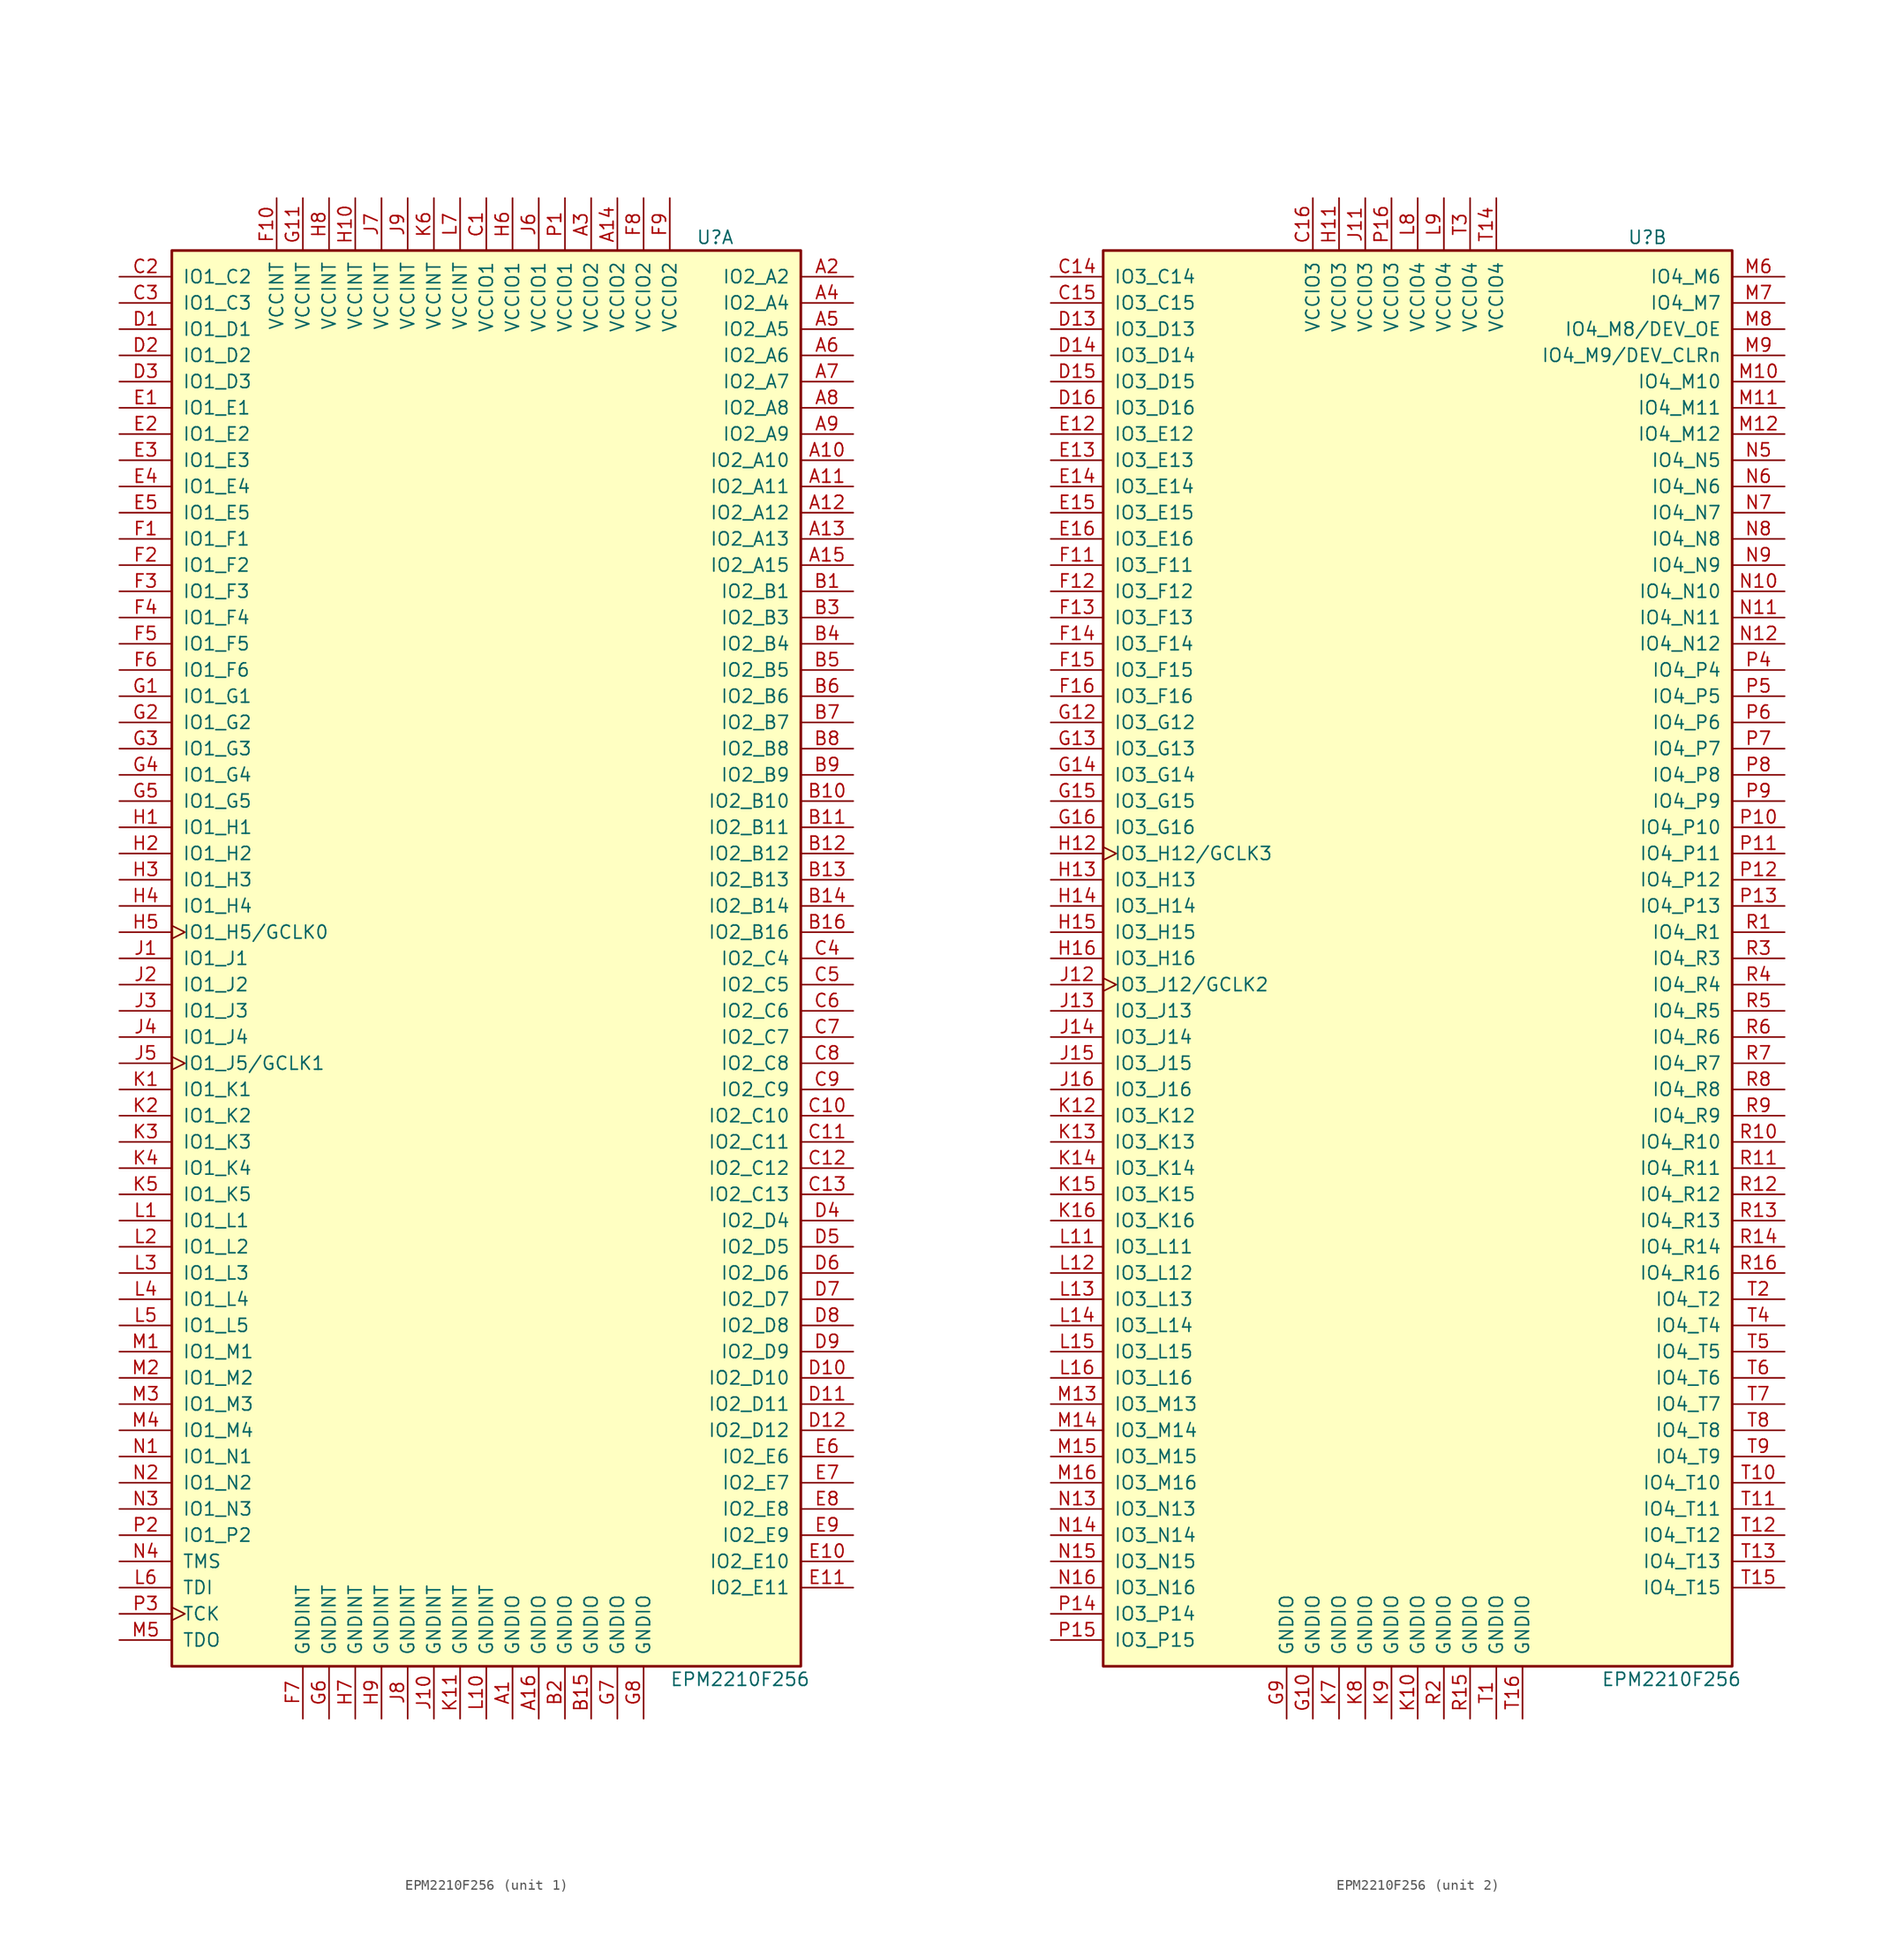
<source format=kicad_sym>
(kicad_symbol_lib
  (version 20201005)
  (generator kicad_symbol_editor)
  (symbol "CPLD_Altera:EPM2210F256"
    (pin_names
      (offset 1.016))
    (property "Reference" "U"
      (at 20.32 69.85 0)
      (effects (font (size 1.27 1.27)) (justify left)))
    (property "Value" "EPM2210F256"
      (at 17.78 -69.85 0)
      (effects (font (size 1.27 1.27)) (justify left)))
    (property "ki_locked" ""
      (at 0 0 0)
      (effects (font (size 1.27 1.27))))
    (symbol "EPM2210F256_1_1"
      (rectangle (start -30.48 68.58) (end 30.48 -68.58) (stroke (width 0.254)) (fill (type background)))
      (pin bidirectional line (at 35.56 66.04 180) (length 5.08) (name "IO2_A2" (effects (font (size 1.27 1.27)))) (number "A2" (effects (font (size 1.27 1.27)))))
      (pin bidirectional line (at 35.56 63.5 180) (length 5.08) (name "IO2_A4" (effects (font (size 1.27 1.27)))) (number "A4" (effects (font (size 1.27 1.27)))))
      (pin bidirectional line (at 35.56 60.96 180) (length 5.08) (name "IO2_A5" (effects (font (size 1.27 1.27)))) (number "A5" (effects (font (size 1.27 1.27)))))
      (pin bidirectional line (at 35.56 58.42 180) (length 5.08) (name "IO2_A6" (effects (font (size 1.27 1.27)))) (number "A6" (effects (font (size 1.27 1.27)))))
      (pin bidirectional line (at 35.56 55.88 180) (length 5.08) (name "IO2_A7" (effects (font (size 1.27 1.27)))) (number "A7" (effects (font (size 1.27 1.27)))))
      (pin bidirectional line (at 35.56 53.34 180) (length 5.08) (name "IO2_A8" (effects (font (size 1.27 1.27)))) (number "A8" (effects (font (size 1.27 1.27)))))
      (pin bidirectional line (at 35.56 50.8 180) (length 5.08) (name "IO2_A9" (effects (font (size 1.27 1.27)))) (number "A9" (effects (font (size 1.27 1.27)))))
      (pin bidirectional line (at 35.56 48.26 180) (length 5.08) (name "IO2_A10" (effects (font (size 1.27 1.27)))) (number "A10" (effects (font (size 1.27 1.27)))))
      (pin bidirectional line (at 35.56 45.72 180) (length 5.08) (name "IO2_A11" (effects (font (size 1.27 1.27)))) (number "A11" (effects (font (size 1.27 1.27)))))
      (pin bidirectional line (at 35.56 43.18 180) (length 5.08) (name "IO2_A12" (effects (font (size 1.27 1.27)))) (number "A12" (effects (font (size 1.27 1.27)))))
      (pin bidirectional line (at 35.56 40.64 180) (length 5.08) (name "IO2_A13" (effects (font (size 1.27 1.27)))) (number "A13" (effects (font (size 1.27 1.27)))))
      (pin bidirectional line (at 35.56 38.1 180) (length 5.08) (name "IO2_A15" (effects (font (size 1.27 1.27)))) (number "A15" (effects (font (size 1.27 1.27)))))
      (pin bidirectional line (at 35.56 35.56 180) (length 5.08) (name "IO2_B1" (effects (font (size 1.27 1.27)))) (number "B1" (effects (font (size 1.27 1.27)))))
      (pin bidirectional line (at 35.56 33.02 180) (length 5.08) (name "IO2_B3" (effects (font (size 1.27 1.27)))) (number "B3" (effects (font (size 1.27 1.27)))))
      (pin bidirectional line (at 35.56 30.48 180) (length 5.08) (name "IO2_B4" (effects (font (size 1.27 1.27)))) (number "B4" (effects (font (size 1.27 1.27)))))
      (pin bidirectional line (at 35.56 27.94 180) (length 5.08) (name "IO2_B5" (effects (font (size 1.27 1.27)))) (number "B5" (effects (font (size 1.27 1.27)))))
      (pin bidirectional line (at 35.56 25.4 180) (length 5.08) (name "IO2_B6" (effects (font (size 1.27 1.27)))) (number "B6" (effects (font (size 1.27 1.27)))))
      (pin bidirectional line (at 35.56 22.86 180) (length 5.08) (name "IO2_B7" (effects (font (size 1.27 1.27)))) (number "B7" (effects (font (size 1.27 1.27)))))
      (pin bidirectional line (at 35.56 20.32 180) (length 5.08) (name "IO2_B8" (effects (font (size 1.27 1.27)))) (number "B8" (effects (font (size 1.27 1.27)))))
      (pin bidirectional line (at 35.56 17.78 180) (length 5.08) (name "IO2_B9" (effects (font (size 1.27 1.27)))) (number "B9" (effects (font (size 1.27 1.27)))))
      (pin bidirectional line (at 35.56 15.24 180) (length 5.08) (name "IO2_B10" (effects (font (size 1.27 1.27)))) (number "B10" (effects (font (size 1.27 1.27)))))
      (pin bidirectional line (at 35.56 12.7 180) (length 5.08) (name "IO2_B11" (effects (font (size 1.27 1.27)))) (number "B11" (effects (font (size 1.27 1.27)))))
      (pin bidirectional line (at 35.56 10.16 180) (length 5.08) (name "IO2_B12" (effects (font (size 1.27 1.27)))) (number "B12" (effects (font (size 1.27 1.27)))))
      (pin bidirectional line (at 35.56 7.62 180) (length 5.08) (name "IO2_B13" (effects (font (size 1.27 1.27)))) (number "B13" (effects (font (size 1.27 1.27)))))
      (pin bidirectional line (at 35.56 5.08 180) (length 5.08) (name "IO2_B14" (effects (font (size 1.27 1.27)))) (number "B14" (effects (font (size 1.27 1.27)))))
      (pin bidirectional line (at 35.56 2.54 180) (length 5.08) (name "IO2_B16" (effects (font (size 1.27 1.27)))) (number "B16" (effects (font (size 1.27 1.27)))))
      (pin bidirectional line (at -35.56 66.04 0) (length 5.08) (name "IO1_C2" (effects (font (size 1.27 1.27)))) (number "C2" (effects (font (size 1.27 1.27)))))
      (pin bidirectional line (at -35.56 63.5 0) (length 5.08) (name "IO1_C3" (effects (font (size 1.27 1.27)))) (number "C3" (effects (font (size 1.27 1.27)))))
      (pin bidirectional line (at 35.56 0 180) (length 5.08) (name "IO2_C4" (effects (font (size 1.27 1.27)))) (number "C4" (effects (font (size 1.27 1.27)))))
      (pin bidirectional line (at 35.56 -2.54 180) (length 5.08) (name "IO2_C5" (effects (font (size 1.27 1.27)))) (number "C5" (effects (font (size 1.27 1.27)))))
      (pin bidirectional line (at 35.56 -5.08 180) (length 5.08) (name "IO2_C6" (effects (font (size 1.27 1.27)))) (number "C6" (effects (font (size 1.27 1.27)))))
      (pin bidirectional line (at 35.56 -7.62 180) (length 5.08) (name "IO2_C7" (effects (font (size 1.27 1.27)))) (number "C7" (effects (font (size 1.27 1.27)))))
      (pin bidirectional line (at 35.56 -10.16 180) (length 5.08) (name "IO2_C8" (effects (font (size 1.27 1.27)))) (number "C8" (effects (font (size 1.27 1.27)))))
      (pin bidirectional line (at 35.56 -12.7 180) (length 5.08) (name "IO2_C9" (effects (font (size 1.27 1.27)))) (number "C9" (effects (font (size 1.27 1.27)))))
      (pin bidirectional line (at 35.56 -15.24 180) (length 5.08) (name "IO2_C10" (effects (font (size 1.27 1.27)))) (number "C10" (effects (font (size 1.27 1.27)))))
      (pin bidirectional line (at 35.56 -17.78 180) (length 5.08) (name "IO2_C11" (effects (font (size 1.27 1.27)))) (number "C11" (effects (font (size 1.27 1.27)))))
      (pin bidirectional line (at 35.56 -20.32 180) (length 5.08) (name "IO2_C12" (effects (font (size 1.27 1.27)))) (number "C12" (effects (font (size 1.27 1.27)))))
      (pin bidirectional line (at 35.56 -22.86 180) (length 5.08) (name "IO2_C13" (effects (font (size 1.27 1.27)))) (number "C13" (effects (font (size 1.27 1.27)))))
      (pin bidirectional line (at -35.56 60.96 0) (length 5.08) (name "IO1_D1" (effects (font (size 1.27 1.27)))) (number "D1" (effects (font (size 1.27 1.27)))))
      (pin bidirectional line (at -35.56 58.42 0) (length 5.08) (name "IO1_D2" (effects (font (size 1.27 1.27)))) (number "D2" (effects (font (size 1.27 1.27)))))
      (pin bidirectional line (at -35.56 55.88 0) (length 5.08) (name "IO1_D3" (effects (font (size 1.27 1.27)))) (number "D3" (effects (font (size 1.27 1.27)))))
      (pin bidirectional line (at 35.56 -25.4 180) (length 5.08) (name "IO2_D4" (effects (font (size 1.27 1.27)))) (number "D4" (effects (font (size 1.27 1.27)))))
      (pin bidirectional line (at 35.56 -27.94 180) (length 5.08) (name "IO2_D5" (effects (font (size 1.27 1.27)))) (number "D5" (effects (font (size 1.27 1.27)))))
      (pin bidirectional line (at 35.56 -30.48 180) (length 5.08) (name "IO2_D6" (effects (font (size 1.27 1.27)))) (number "D6" (effects (font (size 1.27 1.27)))))
      (pin bidirectional line (at 35.56 -33.02 180) (length 5.08) (name "IO2_D7" (effects (font (size 1.27 1.27)))) (number "D7" (effects (font (size 1.27 1.27)))))
      (pin bidirectional line (at 35.56 -35.56 180) (length 5.08) (name "IO2_D8" (effects (font (size 1.27 1.27)))) (number "D8" (effects (font (size 1.27 1.27)))))
      (pin bidirectional line (at 35.56 -38.1 180) (length 5.08) (name "IO2_D9" (effects (font (size 1.27 1.27)))) (number "D9" (effects (font (size 1.27 1.27)))))
      (pin bidirectional line (at 35.56 -40.64 180) (length 5.08) (name "IO2_D10" (effects (font (size 1.27 1.27)))) (number "D10" (effects (font (size 1.27 1.27)))))
      (pin bidirectional line (at 35.56 -43.18 180) (length 5.08) (name "IO2_D11" (effects (font (size 1.27 1.27)))) (number "D11" (effects (font (size 1.27 1.27)))))
      (pin bidirectional line (at 35.56 -45.72 180) (length 5.08) (name "IO2_D12" (effects (font (size 1.27 1.27)))) (number "D12" (effects (font (size 1.27 1.27)))))
      (pin bidirectional line (at -35.56 53.34 0) (length 5.08) (name "IO1_E1" (effects (font (size 1.27 1.27)))) (number "E1" (effects (font (size 1.27 1.27)))))
      (pin bidirectional line (at -35.56 50.8 0) (length 5.08) (name "IO1_E2" (effects (font (size 1.27 1.27)))) (number "E2" (effects (font (size 1.27 1.27)))))
      (pin bidirectional line (at -35.56 48.26 0) (length 5.08) (name "IO1_E3" (effects (font (size 1.27 1.27)))) (number "E3" (effects (font (size 1.27 1.27)))))
      (pin bidirectional line (at -35.56 45.72 0) (length 5.08) (name "IO1_E4" (effects (font (size 1.27 1.27)))) (number "E4" (effects (font (size 1.27 1.27)))))
      (pin bidirectional line (at -35.56 43.18 0) (length 5.08) (name "IO1_E5" (effects (font (size 1.27 1.27)))) (number "E5" (effects (font (size 1.27 1.27)))))
      (pin bidirectional line (at 35.56 -48.26 180) (length 5.08) (name "IO2_E6" (effects (font (size 1.27 1.27)))) (number "E6" (effects (font (size 1.27 1.27)))))
      (pin bidirectional line (at 35.56 -50.8 180) (length 5.08) (name "IO2_E7" (effects (font (size 1.27 1.27)))) (number "E7" (effects (font (size 1.27 1.27)))))
      (pin bidirectional line (at 35.56 -53.34 180) (length 5.08) (name "IO2_E8" (effects (font (size 1.27 1.27)))) (number "E8" (effects (font (size 1.27 1.27)))))
      (pin bidirectional line (at 35.56 -55.88 180) (length 5.08) (name "IO2_E9" (effects (font (size 1.27 1.27)))) (number "E9" (effects (font (size 1.27 1.27)))))
      (pin bidirectional line (at 35.56 -58.42 180) (length 5.08) (name "IO2_E10" (effects (font (size 1.27 1.27)))) (number "E10" (effects (font (size 1.27 1.27)))))
      (pin bidirectional line (at 35.56 -60.96 180) (length 5.08) (name "IO2_E11" (effects (font (size 1.27 1.27)))) (number "E11" (effects (font (size 1.27 1.27)))))
      (pin bidirectional line (at -35.56 40.64 0) (length 5.08) (name "IO1_F1" (effects (font (size 1.27 1.27)))) (number "F1" (effects (font (size 1.27 1.27)))))
      (pin bidirectional line (at -35.56 38.1 0) (length 5.08) (name "IO1_F2" (effects (font (size 1.27 1.27)))) (number "F2" (effects (font (size 1.27 1.27)))))
      (pin bidirectional line (at -35.56 35.56 0) (length 5.08) (name "IO1_F3" (effects (font (size 1.27 1.27)))) (number "F3" (effects (font (size 1.27 1.27)))))
      (pin bidirectional line (at -35.56 33.02 0) (length 5.08) (name "IO1_F4" (effects (font (size 1.27 1.27)))) (number "F4" (effects (font (size 1.27 1.27)))))
      (pin bidirectional line (at -35.56 30.48 0) (length 5.08) (name "IO1_F5" (effects (font (size 1.27 1.27)))) (number "F5" (effects (font (size 1.27 1.27)))))
      (pin bidirectional line (at -35.56 27.94 0) (length 5.08) (name "IO1_F6" (effects (font (size 1.27 1.27)))) (number "F6" (effects (font (size 1.27 1.27)))))
      (pin bidirectional line (at -35.56 25.4 0) (length 5.08) (name "IO1_G1" (effects (font (size 1.27 1.27)))) (number "G1" (effects (font (size 1.27 1.27)))))
      (pin bidirectional line (at -35.56 22.86 0) (length 5.08) (name "IO1_G2" (effects (font (size 1.27 1.27)))) (number "G2" (effects (font (size 1.27 1.27)))))
      (pin bidirectional line (at -35.56 20.32 0) (length 5.08) (name "IO1_G3" (effects (font (size 1.27 1.27)))) (number "G3" (effects (font (size 1.27 1.27)))))
      (pin bidirectional line (at -35.56 17.78 0) (length 5.08) (name "IO1_G4" (effects (font (size 1.27 1.27)))) (number "G4" (effects (font (size 1.27 1.27)))))
      (pin bidirectional line (at -35.56 15.24 0) (length 5.08) (name "IO1_G5" (effects (font (size 1.27 1.27)))) (number "G5" (effects (font (size 1.27 1.27)))))
      (pin bidirectional line (at -35.56 12.7 0) (length 5.08) (name "IO1_H1" (effects (font (size 1.27 1.27)))) (number "H1" (effects (font (size 1.27 1.27)))))
      (pin bidirectional line (at -35.56 10.16 0) (length 5.08) (name "IO1_H2" (effects (font (size 1.27 1.27)))) (number "H2" (effects (font (size 1.27 1.27)))))
      (pin bidirectional line (at -35.56 7.62 0) (length 5.08) (name "IO1_H3" (effects (font (size 1.27 1.27)))) (number "H3" (effects (font (size 1.27 1.27)))))
      (pin bidirectional line (at -35.56 5.08 0) (length 5.08) (name "IO1_H4" (effects (font (size 1.27 1.27)))) (number "H4" (effects (font (size 1.27 1.27)))))
      (pin bidirectional clock (at -35.56 2.54 0) (length 5.08) (name "IO1_H5/GCLK0" (effects (font (size 1.27 1.27)))) (number "H5" (effects (font (size 1.27 1.27)))))
      (pin bidirectional line (at -35.56 0 0) (length 5.08) (name "IO1_J1" (effects (font (size 1.27 1.27)))) (number "J1" (effects (font (size 1.27 1.27)))))
      (pin bidirectional line (at -35.56 -2.54 0) (length 5.08) (name "IO1_J2" (effects (font (size 1.27 1.27)))) (number "J2" (effects (font (size 1.27 1.27)))))
      (pin bidirectional line (at -35.56 -5.08 0) (length 5.08) (name "IO1_J3" (effects (font (size 1.27 1.27)))) (number "J3" (effects (font (size 1.27 1.27)))))
      (pin bidirectional line (at -35.56 -7.62 0) (length 5.08) (name "IO1_J4" (effects (font (size 1.27 1.27)))) (number "J4" (effects (font (size 1.27 1.27)))))
      (pin bidirectional clock (at -35.56 -10.16 0) (length 5.08) (name "IO1_J5/GCLK1" (effects (font (size 1.27 1.27)))) (number "J5" (effects (font (size 1.27 1.27)))))
      (pin bidirectional line (at -35.56 -12.7 0) (length 5.08) (name "IO1_K1" (effects (font (size 1.27 1.27)))) (number "K1" (effects (font (size 1.27 1.27)))))
      (pin bidirectional line (at -35.56 -15.24 0) (length 5.08) (name "IO1_K2" (effects (font (size 1.27 1.27)))) (number "K2" (effects (font (size 1.27 1.27)))))
      (pin bidirectional line (at -35.56 -17.78 0) (length 5.08) (name "IO1_K3" (effects (font (size 1.27 1.27)))) (number "K3" (effects (font (size 1.27 1.27)))))
      (pin bidirectional line (at -35.56 -20.32 0) (length 5.08) (name "IO1_K4" (effects (font (size 1.27 1.27)))) (number "K4" (effects (font (size 1.27 1.27)))))
      (pin bidirectional line (at -35.56 -22.86 0) (length 5.08) (name "IO1_K5" (effects (font (size 1.27 1.27)))) (number "K5" (effects (font (size 1.27 1.27)))))
      (pin bidirectional line (at -35.56 -25.4 0) (length 5.08) (name "IO1_L1" (effects (font (size 1.27 1.27)))) (number "L1" (effects (font (size 1.27 1.27)))))
      (pin bidirectional line (at -35.56 -27.94 0) (length 5.08) (name "IO1_L2" (effects (font (size 1.27 1.27)))) (number "L2" (effects (font (size 1.27 1.27)))))
      (pin bidirectional line (at -35.56 -30.48 0) (length 5.08) (name "IO1_L3" (effects (font (size 1.27 1.27)))) (number "L3" (effects (font (size 1.27 1.27)))))
      (pin bidirectional line (at -35.56 -33.02 0) (length 5.08) (name "IO1_L4" (effects (font (size 1.27 1.27)))) (number "L4" (effects (font (size 1.27 1.27)))))
      (pin bidirectional line (at -35.56 -35.56 0) (length 5.08) (name "IO1_L5" (effects (font (size 1.27 1.27)))) (number "L5" (effects (font (size 1.27 1.27)))))
      (pin bidirectional line (at -35.56 -38.1 0) (length 5.08) (name "IO1_M1" (effects (font (size 1.27 1.27)))) (number "M1" (effects (font (size 1.27 1.27)))))
      (pin bidirectional line (at -35.56 -40.64 0) (length 5.08) (name "IO1_M2" (effects (font (size 1.27 1.27)))) (number "M2" (effects (font (size 1.27 1.27)))))
      (pin bidirectional line (at -35.56 -43.18 0) (length 5.08) (name "IO1_M3" (effects (font (size 1.27 1.27)))) (number "M3" (effects (font (size 1.27 1.27)))))
      (pin bidirectional line (at -35.56 -45.72 0) (length 5.08) (name "IO1_M4" (effects (font (size 1.27 1.27)))) (number "M4" (effects (font (size 1.27 1.27)))))
      (pin bidirectional line (at -35.56 -48.26 0) (length 5.08) (name "IO1_N1" (effects (font (size 1.27 1.27)))) (number "N1" (effects (font (size 1.27 1.27)))))
      (pin bidirectional line (at -35.56 -50.8 0) (length 5.08) (name "IO1_N2" (effects (font (size 1.27 1.27)))) (number "N2" (effects (font (size 1.27 1.27)))))
      (pin bidirectional line (at -35.56 -53.34 0) (length 5.08) (name "IO1_N3" (effects (font (size 1.27 1.27)))) (number "N3" (effects (font (size 1.27 1.27)))))
      (pin bidirectional line (at -35.56 -55.88 0) (length 5.08) (name "IO1_P2" (effects (font (size 1.27 1.27)))) (number "P2" (effects (font (size 1.27 1.27)))))
      (pin input line (at -35.56 -58.42 0) (length 5.08) (name "TMS" (effects (font (size 1.27 1.27)))) (number "N4" (effects (font (size 1.27 1.27)))))
      (pin input line (at -35.56 -60.96 0) (length 5.08) (name "TDI" (effects (font (size 1.27 1.27)))) (number "L6" (effects (font (size 1.27 1.27)))))
      (pin input clock (at -35.56 -63.5 0) (length 5.08) (name "TCK" (effects (font (size 1.27 1.27)))) (number "P3" (effects (font (size 1.27 1.27)))))
      (pin output line (at -35.56 -66.04 0) (length 5.08) (name "TDO" (effects (font (size 1.27 1.27)))) (number "M5" (effects (font (size 1.27 1.27)))))
      (pin power_in line (at -17.78 -73.66 90) (length 5.08) (name "GNDINT" (effects (font (size 1.27 1.27)))) (number "F7" (effects (font (size 1.27 1.27)))))
      (pin power_in line (at -15.24 -73.66 90) (length 5.08) (name "GNDINT" (effects (font (size 1.27 1.27)))) (number "G6" (effects (font (size 1.27 1.27)))))
      (pin power_in line (at -12.7 -73.66 90) (length 5.08) (name "GNDINT" (effects (font (size 1.27 1.27)))) (number "H7" (effects (font (size 1.27 1.27)))))
      (pin power_in line (at -10.16 -73.66 90) (length 5.08) (name "GNDINT" (effects (font (size 1.27 1.27)))) (number "H9" (effects (font (size 1.27 1.27)))))
      (pin power_in line (at -7.62 -73.66 90) (length 5.08) (name "GNDINT" (effects (font (size 1.27 1.27)))) (number "J8" (effects (font (size 1.27 1.27)))))
      (pin power_in line (at -5.08 -73.66 90) (length 5.08) (name "GNDINT" (effects (font (size 1.27 1.27)))) (number "J10" (effects (font (size 1.27 1.27)))))
      (pin power_in line (at -2.54 -73.66 90) (length 5.08) (name "GNDINT" (effects (font (size 1.27 1.27)))) (number "K11" (effects (font (size 1.27 1.27)))))
      (pin power_in line (at 0 -73.66 90) (length 5.08) (name "GNDINT" (effects (font (size 1.27 1.27)))) (number "L10" (effects (font (size 1.27 1.27)))))
      (pin power_in line (at 2.54 -73.66 90) (length 5.08) (name "GNDIO" (effects (font (size 1.27 1.27)))) (number "A1" (effects (font (size 1.27 1.27)))))
      (pin power_in line (at 5.08 -73.66 90) (length 5.08) (name "GNDIO" (effects (font (size 1.27 1.27)))) (number "A16" (effects (font (size 1.27 1.27)))))
      (pin power_in line (at 7.62 -73.66 90) (length 5.08) (name "GNDIO" (effects (font (size 1.27 1.27)))) (number "B2" (effects (font (size 1.27 1.27)))))
      (pin power_in line (at 10.16 -73.66 90) (length 5.08) (name "GNDIO" (effects (font (size 1.27 1.27)))) (number "B15" (effects (font (size 1.27 1.27)))))
      (pin power_in line (at 12.7 -73.66 90) (length 5.08) (name "GNDIO" (effects (font (size 1.27 1.27)))) (number "G7" (effects (font (size 1.27 1.27)))))
      (pin power_in line (at 15.24 -73.66 90) (length 5.08) (name "GNDIO" (effects (font (size 1.27 1.27)))) (number "G8" (effects (font (size 1.27 1.27)))))
      (pin power_in line (at -20.32 73.66 270) (length 5.08) (name "VCCINT" (effects (font (size 1.27 1.27)))) (number "F10" (effects (font (size 1.27 1.27)))))
      (pin power_in line (at -17.78 73.66 270) (length 5.08) (name "VCCINT" (effects (font (size 1.27 1.27)))) (number "G11" (effects (font (size 1.27 1.27)))))
      (pin power_in line (at -15.24 73.66 270) (length 5.08) (name "VCCINT" (effects (font (size 1.27 1.27)))) (number "H8" (effects (font (size 1.27 1.27)))))
      (pin power_in line (at -12.7 73.66 270) (length 5.08) (name "VCCINT" (effects (font (size 1.27 1.27)))) (number "H10" (effects (font (size 1.27 1.27)))))
      (pin power_in line (at -10.16 73.66 270) (length 5.08) (name "VCCINT" (effects (font (size 1.27 1.27)))) (number "J7" (effects (font (size 1.27 1.27)))))
      (pin power_in line (at -7.62 73.66 270) (length 5.08) (name "VCCINT" (effects (font (size 1.27 1.27)))) (number "J9" (effects (font (size 1.27 1.27)))))
      (pin power_in line (at -5.08 73.66 270) (length 5.08) (name "VCCINT" (effects (font (size 1.27 1.27)))) (number "K6" (effects (font (size 1.27 1.27)))))
      (pin power_in line (at -2.54 73.66 270) (length 5.08) (name "VCCINT" (effects (font (size 1.27 1.27)))) (number "L7" (effects (font (size 1.27 1.27)))))
      (pin power_in line (at 0 73.66 270) (length 5.08) (name "VCCIO1" (effects (font (size 1.27 1.27)))) (number "C1" (effects (font (size 1.27 1.27)))))
      (pin power_in line (at 2.54 73.66 270) (length 5.08) (name "VCCIO1" (effects (font (size 1.27 1.27)))) (number "H6" (effects (font (size 1.27 1.27)))))
      (pin power_in line (at 5.08 73.66 270) (length 5.08) (name "VCCIO1" (effects (font (size 1.27 1.27)))) (number "J6" (effects (font (size 1.27 1.27)))))
      (pin power_in line (at 7.62 73.66 270) (length 5.08) (name "VCCIO1" (effects (font (size 1.27 1.27)))) (number "P1" (effects (font (size 1.27 1.27)))))
      (pin power_in line (at 10.16 73.66 270) (length 5.08) (name "VCCIO2" (effects (font (size 1.27 1.27)))) (number "A3" (effects (font (size 1.27 1.27)))))
      (pin power_in line (at 12.7 73.66 270) (length 5.08) (name "VCCIO2" (effects (font (size 1.27 1.27)))) (number "A14" (effects (font (size 1.27 1.27)))))
      (pin power_in line (at 15.24 73.66 270) (length 5.08) (name "VCCIO2" (effects (font (size 1.27 1.27)))) (number "F8" (effects (font (size 1.27 1.27)))))
      (pin power_in line (at 17.78 73.66 270) (length 5.08) (name "VCCIO2" (effects (font (size 1.27 1.27)))) (number "F9" (effects (font (size 1.27 1.27))))))
    (symbol "EPM2210F256_2_1"
      (rectangle (start -30.48 68.58) (end 30.48 -68.58) (stroke (width 0.254)) (fill (type background)))
      (pin bidirectional line (at -35.56 66.04 0) (length 5.08) (name "IO3_C14" (effects (font (size 1.27 1.27)))) (number "C14" (effects (font (size 1.27 1.27)))))
      (pin bidirectional line (at -35.56 63.5 0) (length 5.08) (name "IO3_C15" (effects (font (size 1.27 1.27)))) (number "C15" (effects (font (size 1.27 1.27)))))
      (pin bidirectional line (at -35.56 60.96 0) (length 5.08) (name "IO3_D13" (effects (font (size 1.27 1.27)))) (number "D13" (effects (font (size 1.27 1.27)))))
      (pin bidirectional line (at -35.56 58.42 0) (length 5.08) (name "IO3_D14" (effects (font (size 1.27 1.27)))) (number "D14" (effects (font (size 1.27 1.27)))))
      (pin bidirectional line (at -35.56 55.88 0) (length 5.08) (name "IO3_D15" (effects (font (size 1.27 1.27)))) (number "D15" (effects (font (size 1.27 1.27)))))
      (pin bidirectional line (at -35.56 53.34 0) (length 5.08) (name "IO3_D16" (effects (font (size 1.27 1.27)))) (number "D16" (effects (font (size 1.27 1.27)))))
      (pin bidirectional line (at -35.56 50.8 0) (length 5.08) (name "IO3_E12" (effects (font (size 1.27 1.27)))) (number "E12" (effects (font (size 1.27 1.27)))))
      (pin bidirectional line (at -35.56 48.26 0) (length 5.08) (name "IO3_E13" (effects (font (size 1.27 1.27)))) (number "E13" (effects (font (size 1.27 1.27)))))
      (pin bidirectional line (at -35.56 45.72 0) (length 5.08) (name "IO3_E14" (effects (font (size 1.27 1.27)))) (number "E14" (effects (font (size 1.27 1.27)))))
      (pin bidirectional line (at -35.56 43.18 0) (length 5.08) (name "IO3_E15" (effects (font (size 1.27 1.27)))) (number "E15" (effects (font (size 1.27 1.27)))))
      (pin bidirectional line (at -35.56 40.64 0) (length 5.08) (name "IO3_E16" (effects (font (size 1.27 1.27)))) (number "E16" (effects (font (size 1.27 1.27)))))
      (pin bidirectional line (at -35.56 38.1 0) (length 5.08) (name "IO3_F11" (effects (font (size 1.27 1.27)))) (number "F11" (effects (font (size 1.27 1.27)))))
      (pin bidirectional line (at -35.56 35.56 0) (length 5.08) (name "IO3_F12" (effects (font (size 1.27 1.27)))) (number "F12" (effects (font (size 1.27 1.27)))))
      (pin bidirectional line (at -35.56 33.02 0) (length 5.08) (name "IO3_F13" (effects (font (size 1.27 1.27)))) (number "F13" (effects (font (size 1.27 1.27)))))
      (pin bidirectional line (at -35.56 30.48 0) (length 5.08) (name "IO3_F14" (effects (font (size 1.27 1.27)))) (number "F14" (effects (font (size 1.27 1.27)))))
      (pin bidirectional line (at -35.56 27.94 0) (length 5.08) (name "IO3_F15" (effects (font (size 1.27 1.27)))) (number "F15" (effects (font (size 1.27 1.27)))))
      (pin bidirectional line (at -35.56 25.4 0) (length 5.08) (name "IO3_F16" (effects (font (size 1.27 1.27)))) (number "F16" (effects (font (size 1.27 1.27)))))
      (pin bidirectional line (at -35.56 22.86 0) (length 5.08) (name "IO3_G12" (effects (font (size 1.27 1.27)))) (number "G12" (effects (font (size 1.27 1.27)))))
      (pin bidirectional line (at -35.56 20.32 0) (length 5.08) (name "IO3_G13" (effects (font (size 1.27 1.27)))) (number "G13" (effects (font (size 1.27 1.27)))))
      (pin bidirectional line (at -35.56 17.78 0) (length 5.08) (name "IO3_G14" (effects (font (size 1.27 1.27)))) (number "G14" (effects (font (size 1.27 1.27)))))
      (pin bidirectional line (at -35.56 15.24 0) (length 5.08) (name "IO3_G15" (effects (font (size 1.27 1.27)))) (number "G15" (effects (font (size 1.27 1.27)))))
      (pin bidirectional line (at -35.56 12.7 0) (length 5.08) (name "IO3_G16" (effects (font (size 1.27 1.27)))) (number "G16" (effects (font (size 1.27 1.27)))))
      (pin bidirectional clock (at -35.56 10.16 0) (length 5.08) (name "IO3_H12/GCLK3" (effects (font (size 1.27 1.27)))) (number "H12" (effects (font (size 1.27 1.27)))))
      (pin bidirectional line (at -35.56 7.62 0) (length 5.08) (name "IO3_H13" (effects (font (size 1.27 1.27)))) (number "H13" (effects (font (size 1.27 1.27)))))
      (pin bidirectional line (at -35.56 5.08 0) (length 5.08) (name "IO3_H14" (effects (font (size 1.27 1.27)))) (number "H14" (effects (font (size 1.27 1.27)))))
      (pin bidirectional line (at -35.56 2.54 0) (length 5.08) (name "IO3_H15" (effects (font (size 1.27 1.27)))) (number "H15" (effects (font (size 1.27 1.27)))))
      (pin bidirectional line (at -35.56 0 0) (length 5.08) (name "IO3_H16" (effects (font (size 1.27 1.27)))) (number "H16" (effects (font (size 1.27 1.27)))))
      (pin bidirectional clock (at -35.56 -2.54 0) (length 5.08) (name "IO3_J12/GCLK2" (effects (font (size 1.27 1.27)))) (number "J12" (effects (font (size 1.27 1.27)))))
      (pin bidirectional line (at -35.56 -5.08 0) (length 5.08) (name "IO3_J13" (effects (font (size 1.27 1.27)))) (number "J13" (effects (font (size 1.27 1.27)))))
      (pin bidirectional line (at -35.56 -7.62 0) (length 5.08) (name "IO3_J14" (effects (font (size 1.27 1.27)))) (number "J14" (effects (font (size 1.27 1.27)))))
      (pin bidirectional line (at -35.56 -10.16 0) (length 5.08) (name "IO3_J15" (effects (font (size 1.27 1.27)))) (number "J15" (effects (font (size 1.27 1.27)))))
      (pin bidirectional line (at -35.56 -12.7 0) (length 5.08) (name "IO3_J16" (effects (font (size 1.27 1.27)))) (number "J16" (effects (font (size 1.27 1.27)))))
      (pin bidirectional line (at -35.56 -15.24 0) (length 5.08) (name "IO3_K12" (effects (font (size 1.27 1.27)))) (number "K12" (effects (font (size 1.27 1.27)))))
      (pin bidirectional line (at -35.56 -17.78 0) (length 5.08) (name "IO3_K13" (effects (font (size 1.27 1.27)))) (number "K13" (effects (font (size 1.27 1.27)))))
      (pin bidirectional line (at -35.56 -20.32 0) (length 5.08) (name "IO3_K14" (effects (font (size 1.27 1.27)))) (number "K14" (effects (font (size 1.27 1.27)))))
      (pin bidirectional line (at -35.56 -22.86 0) (length 5.08) (name "IO3_K15" (effects (font (size 1.27 1.27)))) (number "K15" (effects (font (size 1.27 1.27)))))
      (pin bidirectional line (at -35.56 -25.4 0) (length 5.08) (name "IO3_K16" (effects (font (size 1.27 1.27)))) (number "K16" (effects (font (size 1.27 1.27)))))
      (pin bidirectional line (at -35.56 -27.94 0) (length 5.08) (name "IO3_L11" (effects (font (size 1.27 1.27)))) (number "L11" (effects (font (size 1.27 1.27)))))
      (pin bidirectional line (at -35.56 -30.48 0) (length 5.08) (name "IO3_L12" (effects (font (size 1.27 1.27)))) (number "L12" (effects (font (size 1.27 1.27)))))
      (pin bidirectional line (at -35.56 -33.02 0) (length 5.08) (name "IO3_L13" (effects (font (size 1.27 1.27)))) (number "L13" (effects (font (size 1.27 1.27)))))
      (pin bidirectional line (at -35.56 -35.56 0) (length 5.08) (name "IO3_L14" (effects (font (size 1.27 1.27)))) (number "L14" (effects (font (size 1.27 1.27)))))
      (pin bidirectional line (at -35.56 -38.1 0) (length 5.08) (name "IO3_L15" (effects (font (size 1.27 1.27)))) (number "L15" (effects (font (size 1.27 1.27)))))
      (pin bidirectional line (at -35.56 -40.64 0) (length 5.08) (name "IO3_L16" (effects (font (size 1.27 1.27)))) (number "L16" (effects (font (size 1.27 1.27)))))
      (pin bidirectional line (at 35.56 66.04 180) (length 5.08) (name "IO4_M6" (effects (font (size 1.27 1.27)))) (number "M6" (effects (font (size 1.27 1.27)))))
      (pin bidirectional line (at 35.56 63.5 180) (length 5.08) (name "IO4_M7" (effects (font (size 1.27 1.27)))) (number "M7" (effects (font (size 1.27 1.27)))))
      (pin bidirectional line (at 35.56 60.96 180) (length 5.08) (name "IO4_M8/DEV_OE" (effects (font (size 1.27 1.27)))) (number "M8" (effects (font (size 1.27 1.27)))))
      (pin bidirectional line (at 35.56 58.42 180) (length 5.08) (name "IO4_M9/DEV_CLRn" (effects (font (size 1.27 1.27)))) (number "M9" (effects (font (size 1.27 1.27)))))
      (pin bidirectional line (at 35.56 55.88 180) (length 5.08) (name "IO4_M10" (effects (font (size 1.27 1.27)))) (number "M10" (effects (font (size 1.27 1.27)))))
      (pin bidirectional line (at 35.56 53.34 180) (length 5.08) (name "IO4_M11" (effects (font (size 1.27 1.27)))) (number "M11" (effects (font (size 1.27 1.27)))))
      (pin bidirectional line (at 35.56 50.8 180) (length 5.08) (name "IO4_M12" (effects (font (size 1.27 1.27)))) (number "M12" (effects (font (size 1.27 1.27)))))
      (pin bidirectional line (at -35.56 -43.18 0) (length 5.08) (name "IO3_M13" (effects (font (size 1.27 1.27)))) (number "M13" (effects (font (size 1.27 1.27)))))
      (pin bidirectional line (at -35.56 -45.72 0) (length 5.08) (name "IO3_M14" (effects (font (size 1.27 1.27)))) (number "M14" (effects (font (size 1.27 1.27)))))
      (pin bidirectional line (at -35.56 -48.26 0) (length 5.08) (name "IO3_M15" (effects (font (size 1.27 1.27)))) (number "M15" (effects (font (size 1.27 1.27)))))
      (pin bidirectional line (at -35.56 -50.8 0) (length 5.08) (name "IO3_M16" (effects (font (size 1.27 1.27)))) (number "M16" (effects (font (size 1.27 1.27)))))
      (pin bidirectional line (at 35.56 48.26 180) (length 5.08) (name "IO4_N5" (effects (font (size 1.27 1.27)))) (number "N5" (effects (font (size 1.27 1.27)))))
      (pin bidirectional line (at 35.56 45.72 180) (length 5.08) (name "IO4_N6" (effects (font (size 1.27 1.27)))) (number "N6" (effects (font (size 1.27 1.27)))))
      (pin bidirectional line (at 35.56 43.18 180) (length 5.08) (name "IO4_N7" (effects (font (size 1.27 1.27)))) (number "N7" (effects (font (size 1.27 1.27)))))
      (pin bidirectional line (at 35.56 40.64 180) (length 5.08) (name "IO4_N8" (effects (font (size 1.27 1.27)))) (number "N8" (effects (font (size 1.27 1.27)))))
      (pin bidirectional line (at 35.56 38.1 180) (length 5.08) (name "IO4_N9" (effects (font (size 1.27 1.27)))) (number "N9" (effects (font (size 1.27 1.27)))))
      (pin bidirectional line (at 35.56 35.56 180) (length 5.08) (name "IO4_N10" (effects (font (size 1.27 1.27)))) (number "N10" (effects (font (size 1.27 1.27)))))
      (pin bidirectional line (at 35.56 33.02 180) (length 5.08) (name "IO4_N11" (effects (font (size 1.27 1.27)))) (number "N11" (effects (font (size 1.27 1.27)))))
      (pin bidirectional line (at 35.56 30.48 180) (length 5.08) (name "IO4_N12" (effects (font (size 1.27 1.27)))) (number "N12" (effects (font (size 1.27 1.27)))))
      (pin bidirectional line (at -35.56 -53.34 0) (length 5.08) (name "IO3_N13" (effects (font (size 1.27 1.27)))) (number "N13" (effects (font (size 1.27 1.27)))))
      (pin bidirectional line (at -35.56 -55.88 0) (length 5.08) (name "IO3_N14" (effects (font (size 1.27 1.27)))) (number "N14" (effects (font (size 1.27 1.27)))))
      (pin bidirectional line (at -35.56 -58.42 0) (length 5.08) (name "IO3_N15" (effects (font (size 1.27 1.27)))) (number "N15" (effects (font (size 1.27 1.27)))))
      (pin bidirectional line (at -35.56 -60.96 0) (length 5.08) (name "IO3_N16" (effects (font (size 1.27 1.27)))) (number "N16" (effects (font (size 1.27 1.27)))))
      (pin bidirectional line (at 35.56 27.94 180) (length 5.08) (name "IO4_P4" (effects (font (size 1.27 1.27)))) (number "P4" (effects (font (size 1.27 1.27)))))
      (pin bidirectional line (at 35.56 25.4 180) (length 5.08) (name "IO4_P5" (effects (font (size 1.27 1.27)))) (number "P5" (effects (font (size 1.27 1.27)))))
      (pin bidirectional line (at 35.56 22.86 180) (length 5.08) (name "IO4_P6" (effects (font (size 1.27 1.27)))) (number "P6" (effects (font (size 1.27 1.27)))))
      (pin bidirectional line (at 35.56 20.32 180) (length 5.08) (name "IO4_P7" (effects (font (size 1.27 1.27)))) (number "P7" (effects (font (size 1.27 1.27)))))
      (pin bidirectional line (at 35.56 17.78 180) (length 5.08) (name "IO4_P8" (effects (font (size 1.27 1.27)))) (number "P8" (effects (font (size 1.27 1.27)))))
      (pin bidirectional line (at 35.56 15.24 180) (length 5.08) (name "IO4_P9" (effects (font (size 1.27 1.27)))) (number "P9" (effects (font (size 1.27 1.27)))))
      (pin bidirectional line (at 35.56 12.7 180) (length 5.08) (name "IO4_P10" (effects (font (size 1.27 1.27)))) (number "P10" (effects (font (size 1.27 1.27)))))
      (pin bidirectional line (at 35.56 10.16 180) (length 5.08) (name "IO4_P11" (effects (font (size 1.27 1.27)))) (number "P11" (effects (font (size 1.27 1.27)))))
      (pin bidirectional line (at 35.56 7.62 180) (length 5.08) (name "IO4_P12" (effects (font (size 1.27 1.27)))) (number "P12" (effects (font (size 1.27 1.27)))))
      (pin bidirectional line (at 35.56 5.08 180) (length 5.08) (name "IO4_P13" (effects (font (size 1.27 1.27)))) (number "P13" (effects (font (size 1.27 1.27)))))
      (pin bidirectional line (at -35.56 -63.5 0) (length 5.08) (name "IO3_P14" (effects (font (size 1.27 1.27)))) (number "P14" (effects (font (size 1.27 1.27)))))
      (pin bidirectional line (at -35.56 -66.04 0) (length 5.08) (name "IO3_P15" (effects (font (size 1.27 1.27)))) (number "P15" (effects (font (size 1.27 1.27)))))
      (pin bidirectional line (at 35.56 2.54 180) (length 5.08) (name "IO4_R1" (effects (font (size 1.27 1.27)))) (number "R1" (effects (font (size 1.27 1.27)))))
      (pin bidirectional line (at 35.56 0 180) (length 5.08) (name "IO4_R3" (effects (font (size 1.27 1.27)))) (number "R3" (effects (font (size 1.27 1.27)))))
      (pin bidirectional line (at 35.56 -2.54 180) (length 5.08) (name "IO4_R4" (effects (font (size 1.27 1.27)))) (number "R4" (effects (font (size 1.27 1.27)))))
      (pin bidirectional line (at 35.56 -5.08 180) (length 5.08) (name "IO4_R5" (effects (font (size 1.27 1.27)))) (number "R5" (effects (font (size 1.27 1.27)))))
      (pin bidirectional line (at 35.56 -7.62 180) (length 5.08) (name "IO4_R6" (effects (font (size 1.27 1.27)))) (number "R6" (effects (font (size 1.27 1.27)))))
      (pin bidirectional line (at 35.56 -10.16 180) (length 5.08) (name "IO4_R7" (effects (font (size 1.27 1.27)))) (number "R7" (effects (font (size 1.27 1.27)))))
      (pin bidirectional line (at 35.56 -12.7 180) (length 5.08) (name "IO4_R8" (effects (font (size 1.27 1.27)))) (number "R8" (effects (font (size 1.27 1.27)))))
      (pin bidirectional line (at 35.56 -15.24 180) (length 5.08) (name "IO4_R9" (effects (font (size 1.27 1.27)))) (number "R9" (effects (font (size 1.27 1.27)))))
      (pin bidirectional line (at 35.56 -17.78 180) (length 5.08) (name "IO4_R10" (effects (font (size 1.27 1.27)))) (number "R10" (effects (font (size 1.27 1.27)))))
      (pin bidirectional line (at 35.56 -20.32 180) (length 5.08) (name "IO4_R11" (effects (font (size 1.27 1.27)))) (number "R11" (effects (font (size 1.27 1.27)))))
      (pin bidirectional line (at 35.56 -22.86 180) (length 5.08) (name "IO4_R12" (effects (font (size 1.27 1.27)))) (number "R12" (effects (font (size 1.27 1.27)))))
      (pin bidirectional line (at 35.56 -25.4 180) (length 5.08) (name "IO4_R13" (effects (font (size 1.27 1.27)))) (number "R13" (effects (font (size 1.27 1.27)))))
      (pin bidirectional line (at 35.56 -27.94 180) (length 5.08) (name "IO4_R14" (effects (font (size 1.27 1.27)))) (number "R14" (effects (font (size 1.27 1.27)))))
      (pin bidirectional line (at 35.56 -30.48 180) (length 5.08) (name "IO4_R16" (effects (font (size 1.27 1.27)))) (number "R16" (effects (font (size 1.27 1.27)))))
      (pin bidirectional line (at 35.56 -33.02 180) (length 5.08) (name "IO4_T2" (effects (font (size 1.27 1.27)))) (number "T2" (effects (font (size 1.27 1.27)))))
      (pin bidirectional line (at 35.56 -35.56 180) (length 5.08) (name "IO4_T4" (effects (font (size 1.27 1.27)))) (number "T4" (effects (font (size 1.27 1.27)))))
      (pin bidirectional line (at 35.56 -38.1 180) (length 5.08) (name "IO4_T5" (effects (font (size 1.27 1.27)))) (number "T5" (effects (font (size 1.27 1.27)))))
      (pin bidirectional line (at 35.56 -40.64 180) (length 5.08) (name "IO4_T6" (effects (font (size 1.27 1.27)))) (number "T6" (effects (font (size 1.27 1.27)))))
      (pin bidirectional line (at 35.56 -43.18 180) (length 5.08) (name "IO4_T7" (effects (font (size 1.27 1.27)))) (number "T7" (effects (font (size 1.27 1.27)))))
      (pin bidirectional line (at 35.56 -45.72 180) (length 5.08) (name "IO4_T8" (effects (font (size 1.27 1.27)))) (number "T8" (effects (font (size 1.27 1.27)))))
      (pin bidirectional line (at 35.56 -48.26 180) (length 5.08) (name "IO4_T9" (effects (font (size 1.27 1.27)))) (number "T9" (effects (font (size 1.27 1.27)))))
      (pin bidirectional line (at 35.56 -50.8 180) (length 5.08) (name "IO4_T10" (effects (font (size 1.27 1.27)))) (number "T10" (effects (font (size 1.27 1.27)))))
      (pin bidirectional line (at 35.56 -53.34 180) (length 5.08) (name "IO4_T11" (effects (font (size 1.27 1.27)))) (number "T11" (effects (font (size 1.27 1.27)))))
      (pin bidirectional line (at 35.56 -55.88 180) (length 5.08) (name "IO4_T12" (effects (font (size 1.27 1.27)))) (number "T12" (effects (font (size 1.27 1.27)))))
      (pin bidirectional line (at 35.56 -58.42 180) (length 5.08) (name "IO4_T13" (effects (font (size 1.27 1.27)))) (number "T13" (effects (font (size 1.27 1.27)))))
      (pin bidirectional line (at 35.56 -60.96 180) (length 5.08) (name "IO4_T15" (effects (font (size 1.27 1.27)))) (number "T15" (effects (font (size 1.27 1.27)))))
      (pin power_in line (at -12.7 -73.66 90) (length 5.08) (name "GNDIO" (effects (font (size 1.27 1.27)))) (number "G9" (effects (font (size 1.27 1.27)))))
      (pin power_in line (at -10.16 -73.66 90) (length 5.08) (name "GNDIO" (effects (font (size 1.27 1.27)))) (number "G10" (effects (font (size 1.27 1.27)))))
      (pin power_in line (at -7.62 -73.66 90) (length 5.08) (name "GNDIO" (effects (font (size 1.27 1.27)))) (number "K7" (effects (font (size 1.27 1.27)))))
      (pin power_in line (at -5.08 -73.66 90) (length 5.08) (name "GNDIO" (effects (font (size 1.27 1.27)))) (number "K8" (effects (font (size 1.27 1.27)))))
      (pin power_in line (at -2.54 -73.66 90) (length 5.08) (name "GNDIO" (effects (font (size 1.27 1.27)))) (number "K9" (effects (font (size 1.27 1.27)))))
      (pin power_in line (at 0 -73.66 90) (length 5.08) (name "GNDIO" (effects (font (size 1.27 1.27)))) (number "K10" (effects (font (size 1.27 1.27)))))
      (pin power_in line (at 2.54 -73.66 90) (length 5.08) (name "GNDIO" (effects (font (size 1.27 1.27)))) (number "R2" (effects (font (size 1.27 1.27)))))
      (pin power_in line (at 5.08 -73.66 90) (length 5.08) (name "GNDIO" (effects (font (size 1.27 1.27)))) (number "R15" (effects (font (size 1.27 1.27)))))
      (pin power_in line (at 7.62 -73.66 90) (length 5.08) (name "GNDIO" (effects (font (size 1.27 1.27)))) (number "T1" (effects (font (size 1.27 1.27)))))
      (pin power_in line (at 10.16 -73.66 90) (length 5.08) (name "GNDIO" (effects (font (size 1.27 1.27)))) (number "T16" (effects (font (size 1.27 1.27)))))
      (pin power_in line (at -10.16 73.66 270) (length 5.08) (name "VCCIO3" (effects (font (size 1.27 1.27)))) (number "C16" (effects (font (size 1.27 1.27)))))
      (pin power_in line (at -7.62 73.66 270) (length 5.08) (name "VCCIO3" (effects (font (size 1.27 1.27)))) (number "H11" (effects (font (size 1.27 1.27)))))
      (pin power_in line (at -5.08 73.66 270) (length 5.08) (name "VCCIO3" (effects (font (size 1.27 1.27)))) (number "J11" (effects (font (size 1.27 1.27)))))
      (pin power_in line (at -2.54 73.66 270) (length 5.08) (name "VCCIO3" (effects (font (size 1.27 1.27)))) (number "P16" (effects (font (size 1.27 1.27)))))
      (pin power_in line (at 0 73.66 270) (length 5.08) (name "VCCIO4" (effects (font (size 1.27 1.27)))) (number "L8" (effects (font (size 1.27 1.27)))))
      (pin power_in line (at 2.54 73.66 270) (length 5.08) (name "VCCIO4" (effects (font (size 1.27 1.27)))) (number "L9" (effects (font (size 1.27 1.27)))))
      (pin power_in line (at 5.08 73.66 270) (length 5.08) (name "VCCIO4" (effects (font (size 1.27 1.27)))) (number "T3" (effects (font (size 1.27 1.27)))))
      (pin power_in line (at 7.62 73.66 270) (length 5.08) (name "VCCIO4" (effects (font (size 1.27 1.27)))) (number "T14" (effects (font (size 1.27 1.27))))))))
</source>
